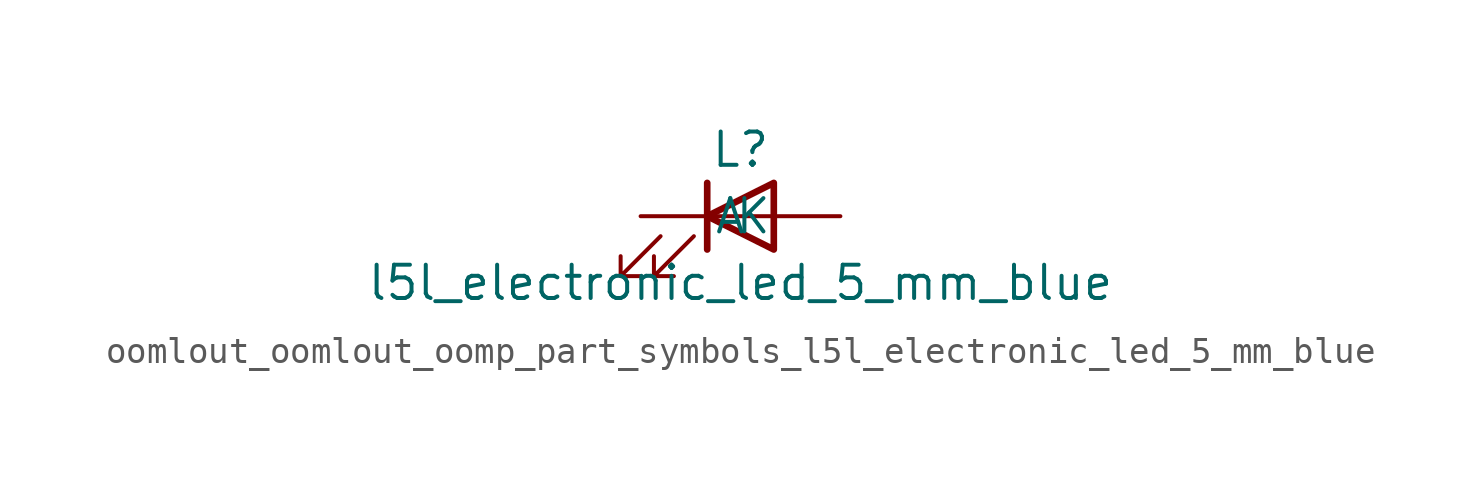
<source format=kicad_sym>
(kicad_symbol_lib
  (version 20220914)
  (generator kicad_symbol_editor)
  (symbol "oomlout_oomlout_oomp_part_symbols_l5l_electronic_led_5_mm_blue"
    (pin_numbers hide)
    (pin_names
      (offset 1.016))
    (property "Reference" "L"
      (at 0 2.54 0)
      (effects (font (size 1.27 1.27))))
    (property "Value" "l5l_electronic_led_5_mm_blue"
      (at 0 -2.54 0)
      (effects (font (size 1.27 1.27))))
    (symbol "oomlout_oomlout_oomp_part_symbols_l5l_electronic_led_5_mm_blue_0_1"
      (polyline (pts (xy -1.27 -1.27) (xy -1.27 1.27)) (stroke (width 0.254) (type default)) (fill (type none)))
      (polyline (pts (xy -1.27 0) (xy 1.27 0)) (stroke (width 0) (type default)) (fill (type none)))
      (polyline (pts (xy 1.27 -1.27) (xy 1.27 1.27) (xy -1.27 0) (xy 1.27 -1.27)) (stroke (width 0.254) (type default)) (fill (type none)))
      (polyline (pts (xy -3.048 -0.762) (xy -4.572 -2.286) (xy -3.81 -2.286) (xy -4.572 -2.286) (xy -4.572 -1.524)) (stroke (width 0) (type default)) (fill (type none)))
      (polyline (pts (xy -1.778 -0.762) (xy -3.302 -2.286) (xy -2.54 -2.286) (xy -3.302 -2.286) (xy -3.302 -1.524)) (stroke (width 0) (type default)) (fill (type none))))
    (symbol "oomlout_oomlout_oomp_part_symbols_l5l_electronic_led_5_mm_blue_1_1"
      (pin passive line (at -3.81 0 0) (length 2.54) (name "K" (effects (font (size 1.27 1.27)))) (number "1" (effects (font (size 1.27 1.27)))))
      (pin passive line (at 3.81 0 180) (length 2.54) (name "A" (effects (font (size 1.27 1.27)))) (number "2" (effects (font (size 1.27 1.27))))))))
</source>
